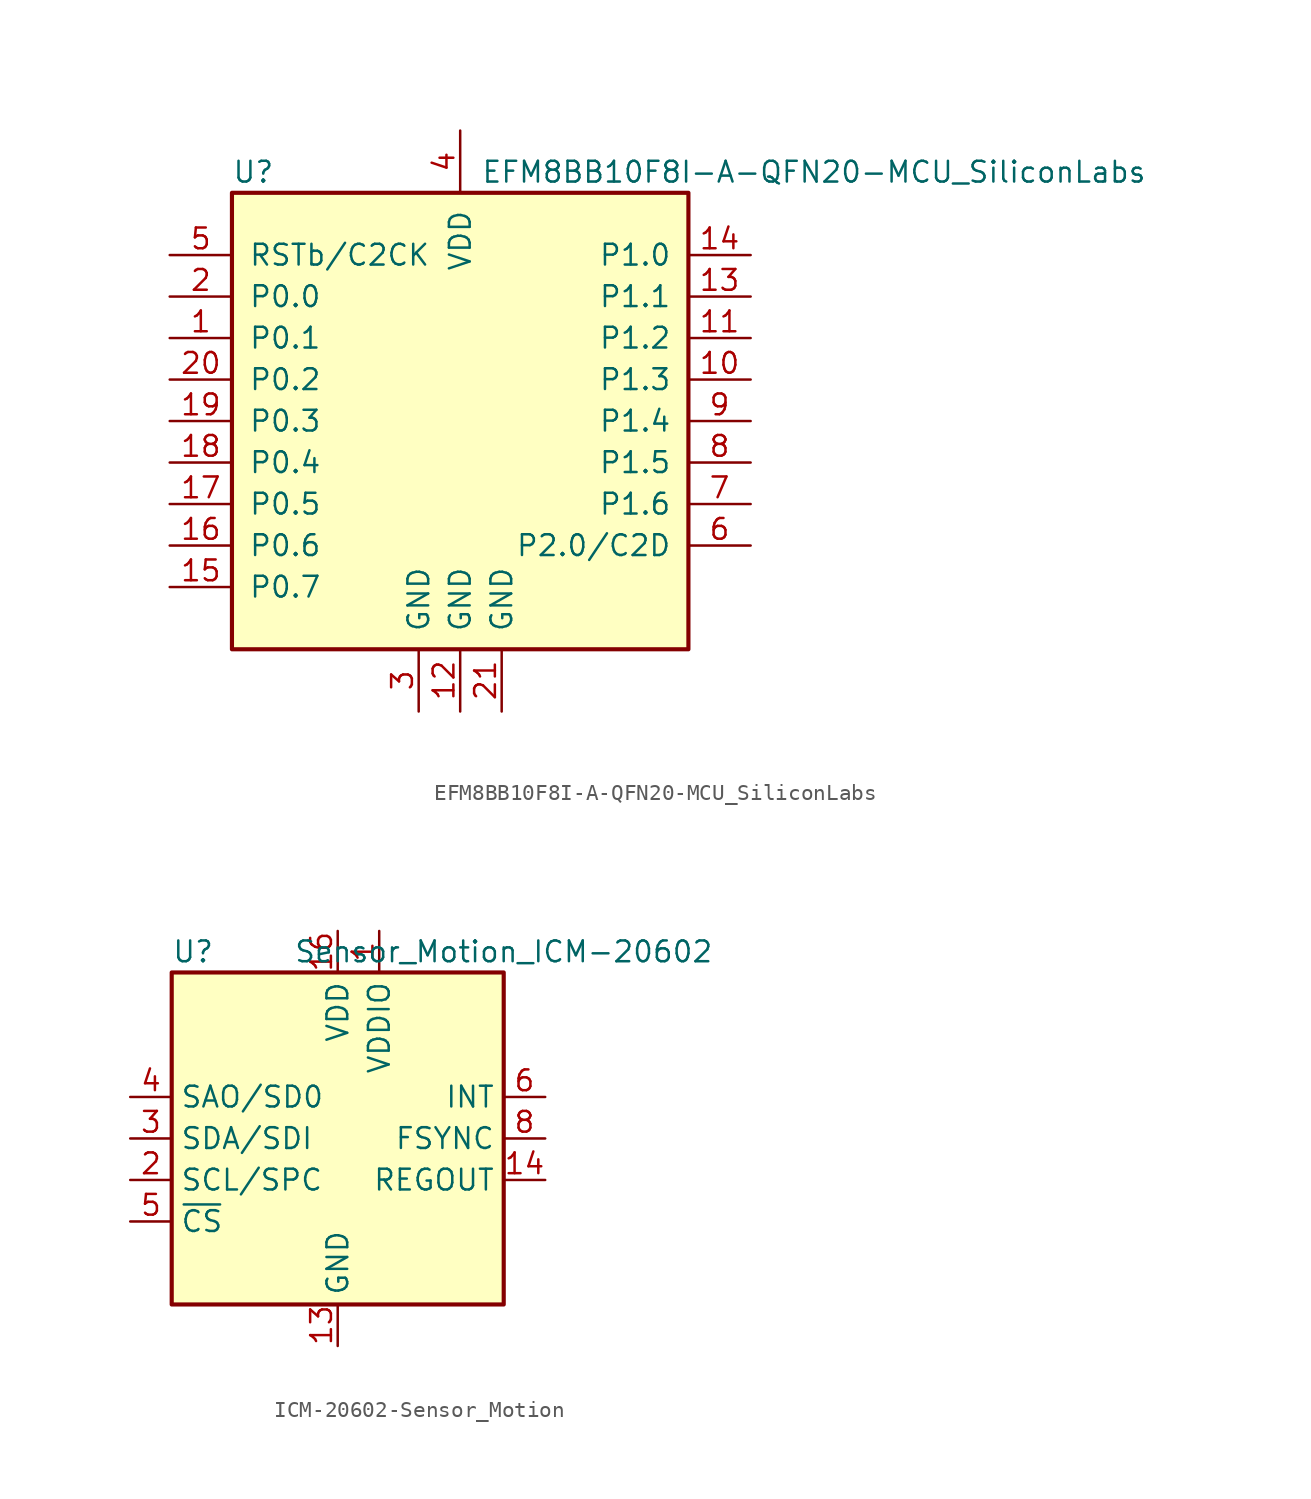
<source format=kicad_sym>
(kicad_symbol_lib
  (version 20220914)
  (generator kicad_symbol_editor)
  (symbol "EFM8BB10F8I-A-QFN20-MCU_SiliconLabs"
    (pin_names
      (offset 1.016))
    (property "Reference" "U"
      (at -13.97 15.24 0)
      (effects (font (size 1.27 1.27)) (justify left)))
    (property "Value" "EFM8BB10F8I-A-QFN20-MCU_SiliconLabs"
      (at 1.27 15.24 0)
      (effects (font (size 1.27 1.27)) (justify left)))
    (symbol "EFM8BB10F8I-A-QFN20-MCU_SiliconLabs_0_1"
      (rectangle (start -13.97 13.97) (end 13.97 -13.97) (stroke (width 0.254) (type solid)) (fill (type background)))
      (pin bidirectional line (at -17.78 5.08 0) (length 3.81) (name "P0.1" (effects (font (size 1.27 1.27)))) (number "1" (effects (font (size 1.27 1.27)))))
      (pin bidirectional line (at 17.78 2.54 180) (length 3.81) (name "P1.3" (effects (font (size 1.27 1.27)))) (number "10" (effects (font (size 1.27 1.27)))))
      (pin bidirectional line (at 17.78 5.08 180) (length 3.81) (name "P1.2" (effects (font (size 1.27 1.27)))) (number "11" (effects (font (size 1.27 1.27)))))
      (pin power_in line (at 0 -17.78 90) (length 3.81) (name "GND" (effects (font (size 1.27 1.27)))) (number "12" (effects (font (size 1.27 1.27)))))
      (pin bidirectional line (at 17.78 7.62 180) (length 3.81) (name "P1.1" (effects (font (size 1.27 1.27)))) (number "13" (effects (font (size 1.27 1.27)))))
      (pin bidirectional line (at 17.78 10.16 180) (length 3.81) (name "P1.0" (effects (font (size 1.27 1.27)))) (number "14" (effects (font (size 1.27 1.27)))))
      (pin bidirectional line (at -17.78 -10.16 0) (length 3.81) (name "P0.7" (effects (font (size 1.27 1.27)))) (number "15" (effects (font (size 1.27 1.27)))))
      (pin bidirectional line (at -17.78 -7.62 0) (length 3.81) (name "P0.6" (effects (font (size 1.27 1.27)))) (number "16" (effects (font (size 1.27 1.27)))))
      (pin bidirectional line (at -17.78 -5.08 0) (length 3.81) (name "P0.5" (effects (font (size 1.27 1.27)))) (number "17" (effects (font (size 1.27 1.27)))))
      (pin bidirectional line (at -17.78 -2.54 0) (length 3.81) (name "P0.4" (effects (font (size 1.27 1.27)))) (number "18" (effects (font (size 1.27 1.27)))))
      (pin bidirectional line (at -17.78 0 0) (length 3.81) (name "P0.3" (effects (font (size 1.27 1.27)))) (number "19" (effects (font (size 1.27 1.27)))))
      (pin bidirectional line (at -17.78 7.62 0) (length 3.81) (name "P0.0" (effects (font (size 1.27 1.27)))) (number "2" (effects (font (size 1.27 1.27)))))
      (pin bidirectional line (at -17.78 2.54 0) (length 3.81) (name "P0.2" (effects (font (size 1.27 1.27)))) (number "20" (effects (font (size 1.27 1.27)))))
      (pin power_in line (at 2.54 -17.78 90) (length 3.81) (name "GND" (effects (font (size 1.27 1.27)))) (number "21" (effects (font (size 1.27 1.27)))))
      (pin power_in line (at -2.54 -17.78 90) (length 3.81) (name "GND" (effects (font (size 1.27 1.27)))) (number "3" (effects (font (size 1.27 1.27)))))
      (pin power_in line (at 0 17.78 270) (length 3.81) (name "VDD" (effects (font (size 1.27 1.27)))) (number "4" (effects (font (size 1.27 1.27)))))
      (pin input line (at -17.78 10.16 0) (length 3.81) (name "RSTb/C2CK" (effects (font (size 1.27 1.27)))) (number "5" (effects (font (size 1.27 1.27)))))
      (pin bidirectional line (at 17.78 -7.62 180) (length 3.81) (name "P2.0/C2D" (effects (font (size 1.27 1.27)))) (number "6" (effects (font (size 1.27 1.27)))))
      (pin bidirectional line (at 17.78 -5.08 180) (length 3.81) (name "P1.6" (effects (font (size 1.27 1.27)))) (number "7" (effects (font (size 1.27 1.27)))))
      (pin bidirectional line (at 17.78 -2.54 180) (length 3.81) (name "P1.5" (effects (font (size 1.27 1.27)))) (number "8" (effects (font (size 1.27 1.27)))))
      (pin bidirectional line (at 17.78 0 180) (length 3.81) (name "P1.4" (effects (font (size 1.27 1.27)))) (number "9" (effects (font (size 1.27 1.27)))))))
  (symbol "ICM-20602-Sensor_Motion"
    (property "Reference" "U"
      (at -10.16 11.43 0)
      (effects (font (size 1.27 1.27)) (justify left)))
    (property "Value" "Sensor_Motion_ICM-20602"
      (at 10.16 11.43 0)
      (effects (font (size 1.27 1.27))))
    (symbol "ICM-20602-Sensor_Motion_0_1"
      (rectangle (start -10.16 10.16) (end 10.16 -10.16) (stroke (width 0.254) (type solid)) (fill (type background))))
    (symbol "ICM-20602-Sensor_Motion_1_1"
      (pin power_in line (at 2.54 12.7 270) (length 2.54) (name "VDDIO" (effects (font (size 1.27 1.27)))) (number "1" (effects (font (size 1.27 1.27)))))
      (pin passive line (at 0 -12.7 90) (length 2.54) hide (name "GND" (effects (font (size 1.27 1.27)))) (number "10" (effects (font (size 1.27 1.27)))))
      (pin passive line (at 0 -12.7 90) (length 2.54) hide (name "GND" (effects (font (size 1.27 1.27)))) (number "11" (effects (font (size 1.27 1.27)))))
      (pin passive line (at 0 -12.7 90) (length 2.54) hide (name "GND" (effects (font (size 1.27 1.27)))) (number "12" (effects (font (size 1.27 1.27)))))
      (pin power_in line (at 0 -12.7 90) (length 2.54) (name "GND" (effects (font (size 1.27 1.27)))) (number "13" (effects (font (size 1.27 1.27)))))
      (pin passive line (at 12.7 -2.54 180) (length 2.54) (name "REGOUT" (effects (font (size 1.27 1.27)))) (number "14" (effects (font (size 1.27 1.27)))))
      (pin passive line (at 0 -12.7 90) (length 2.54) hide (name "GND" (effects (font (size 1.27 1.27)))) (number "15" (effects (font (size 1.27 1.27)))))
      (pin power_in line (at 0 12.7 270) (length 2.54) (name "VDD" (effects (font (size 1.27 1.27)))) (number "16" (effects (font (size 1.27 1.27)))))
      (pin input line (at -12.7 -2.54 0) (length 2.54) (name "SCL/SPC" (effects (font (size 1.27 1.27)))) (number "2" (effects (font (size 1.27 1.27)))))
      (pin bidirectional line (at -12.7 0 0) (length 2.54) (name "SDA/SDI" (effects (font (size 1.27 1.27)))) (number "3" (effects (font (size 1.27 1.27)))))
      (pin bidirectional line (at -12.7 2.54 0) (length 2.54) (name "SAO/SD0" (effects (font (size 1.27 1.27)))) (number "4" (effects (font (size 1.27 1.27)))))
      (pin input line (at -12.7 -5.08 0) (length 2.54) (name "~{CS}" (effects (font (size 1.27 1.27)))) (number "5" (effects (font (size 1.27 1.27)))))
      (pin output line (at 12.7 2.54 180) (length 2.54) (name "INT" (effects (font (size 1.27 1.27)))) (number "6" (effects (font (size 1.27 1.27)))))
      (pin no_connect line (at -10.16 5.08 0) (length 2.54) hide (name "RESV" (effects (font (size 1.27 1.27)))) (number "7" (effects (font (size 1.27 1.27)))))
      (pin input line (at 12.7 0 180) (length 2.54) (name "FSYNC" (effects (font (size 1.27 1.27)))) (number "8" (effects (font (size 1.27 1.27)))))
      (pin passive line (at 0 -12.7 90) (length 2.54) hide (name "GND" (effects (font (size 1.27 1.27)))) (number "9" (effects (font (size 1.27 1.27))))))))
</source>
